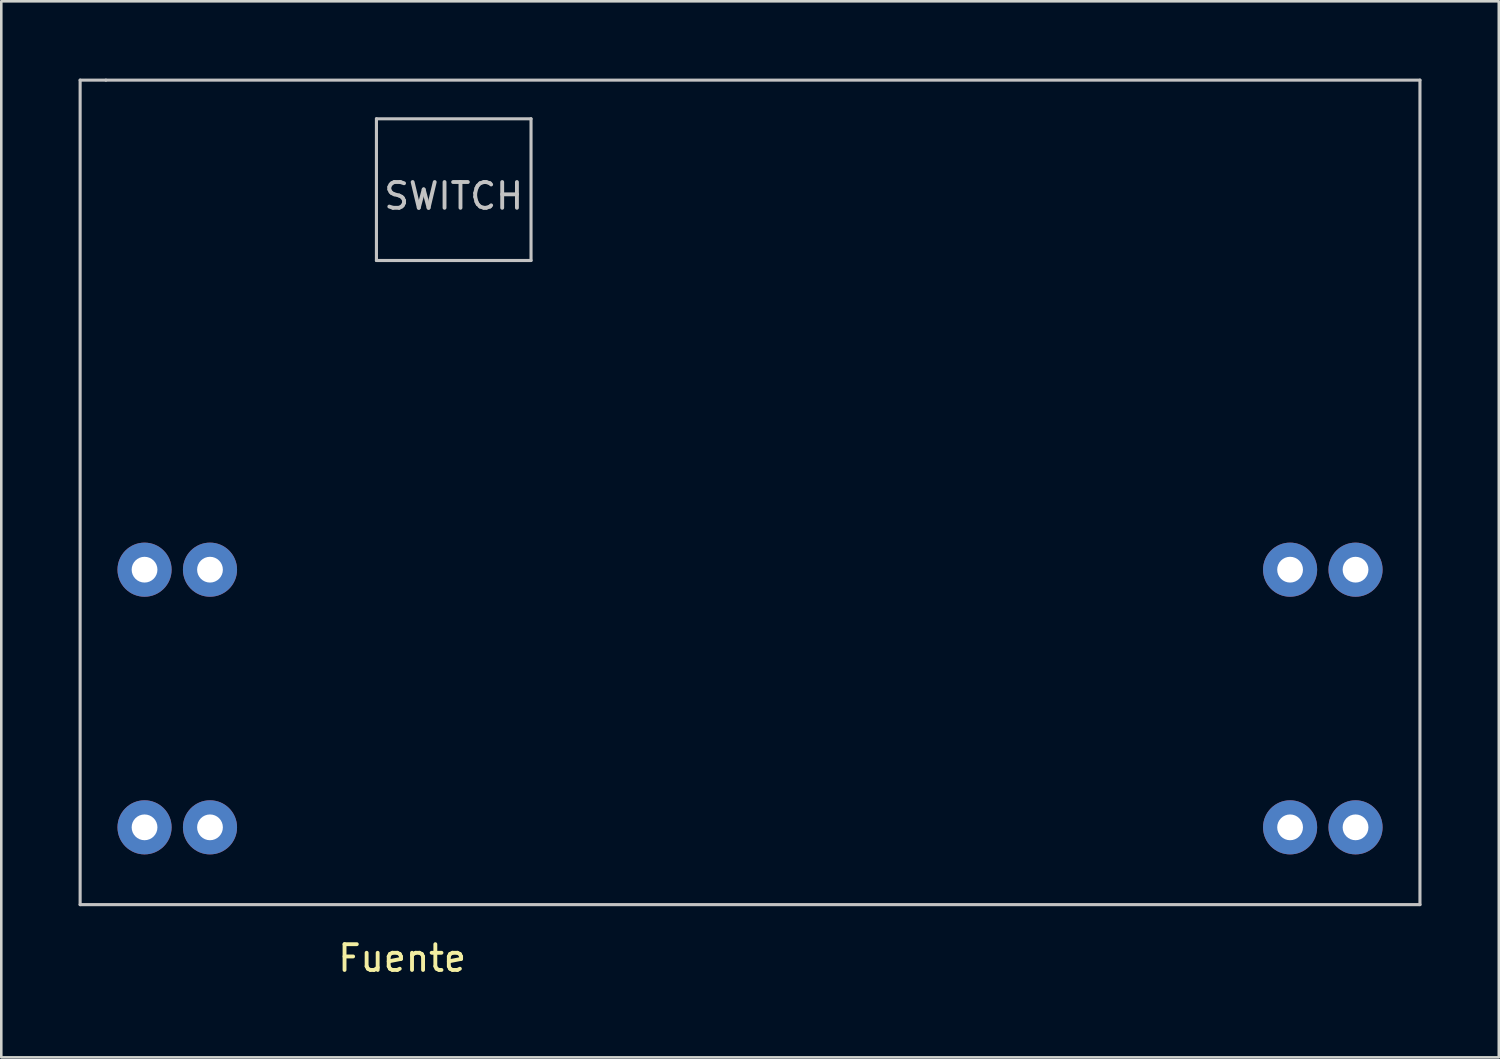
<source format=kicad_pcb>
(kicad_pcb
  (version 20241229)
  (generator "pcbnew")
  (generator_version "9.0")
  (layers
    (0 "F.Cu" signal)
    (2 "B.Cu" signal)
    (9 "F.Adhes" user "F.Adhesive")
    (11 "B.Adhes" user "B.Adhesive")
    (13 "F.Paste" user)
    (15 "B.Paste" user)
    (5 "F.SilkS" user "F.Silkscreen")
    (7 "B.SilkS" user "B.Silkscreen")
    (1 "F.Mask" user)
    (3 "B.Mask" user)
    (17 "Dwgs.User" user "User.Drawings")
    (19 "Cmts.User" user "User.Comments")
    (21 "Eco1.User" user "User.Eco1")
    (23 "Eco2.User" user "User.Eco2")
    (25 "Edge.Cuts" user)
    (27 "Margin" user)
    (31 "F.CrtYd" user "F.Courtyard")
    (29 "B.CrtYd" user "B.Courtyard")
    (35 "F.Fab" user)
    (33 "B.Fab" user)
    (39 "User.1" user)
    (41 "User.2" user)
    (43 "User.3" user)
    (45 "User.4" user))
  (footprint "Fuente"
    (layer "F.Cu")
    (at 2.56 29.06)
    (property "Reference" "Fuente" (at 10 5.08 0) (layer "F.SilkS") (effects (font (size 1 1) (thickness 0.15))))
    (attr through_hole)
    (fp_line (start -2.5 -29) (end -2.5 3) (stroke (width 0.12) (type solid)) (layer "Dwgs.User"))
    (fp_line (start -2.5 3) (end 49.5 3) (stroke (width 0.12) (type solid)) (layer "Dwgs.User"))
    (fp_line (start -1.5 -29) (end -2.5 -29) (stroke (width 0.12) (type solid)) (layer "Dwgs.User"))
    (fp_line (start 9 -27.5) (end 9 -22) (stroke (width 0.12) (type solid)) (layer "Dwgs.User"))
    (fp_line (start 9 -22) (end 15 -22) (stroke (width 0.12) (type solid)) (layer "Dwgs.User"))
    (fp_line (start 15 -27.5) (end 9 -27.5) (stroke (width 0.12) (type solid)) (layer "Dwgs.User"))
    (fp_line (start 15 -22) (end 15 -27.5) (stroke (width 0.12) (type solid)) (layer "Dwgs.User"))
    (fp_line (start 49.5 -29) (end -1.5 -29) (stroke (width 0.12) (type solid)) (layer "Dwgs.User"))
    (fp_line (start 49.5 3) (end 49.5 -29) (stroke (width 0.12) (type solid)) (layer "Dwgs.User"))
    (fp_text user "SWITCH" (at 12 -24.5 0) (layer "Dwgs.User") (effects (font (size 1 1) (thickness 0.15))))
    (pad "1" thru_hole circle (at 47 -10) (size 2.1 2.1) (drill 1) (layers "*.Cu" "*.Mask"))
    (pad "1" thru_hole circle (at 47 0) (size 2.1 2.1) (drill 1) (layers "*.Cu" "*.Mask"))
    (pad "2" thru_hole circle (at 44.46 -10) (size 2.1 2.1) (drill 1) (layers "*.Cu" "*.Mask"))
    (pad "2" thru_hole circle (at 44.46 0) (size 2.1 2.1) (drill 1) (layers "*.Cu" "*.Mask"))
    (pad "3" thru_hole circle (at 2.54 -10) (size 2.1 2.1) (drill 1) (layers "*.Cu" "*.Mask"))
    (pad "3" thru_hole circle (at 2.54 0) (size 2.1 2.1) (drill 1) (layers "*.Cu" "*.Mask"))
    (pad "4" thru_hole circle (at 0 -10) (size 2.1 2.1) (drill 1) (layers "*.Cu" "*.Mask"))
    (pad "4" thru_hole circle (at 0 0) (size 2.1 2.1) (drill 1) (layers "*.Cu" "*.Mask")))
  (gr_rect
    (start -3 -3)
    (end 55.12 37.988)
    (stroke (width 0.1) (type default))
    (fill no)
    (layer "Edge.Cuts")))
</source>
